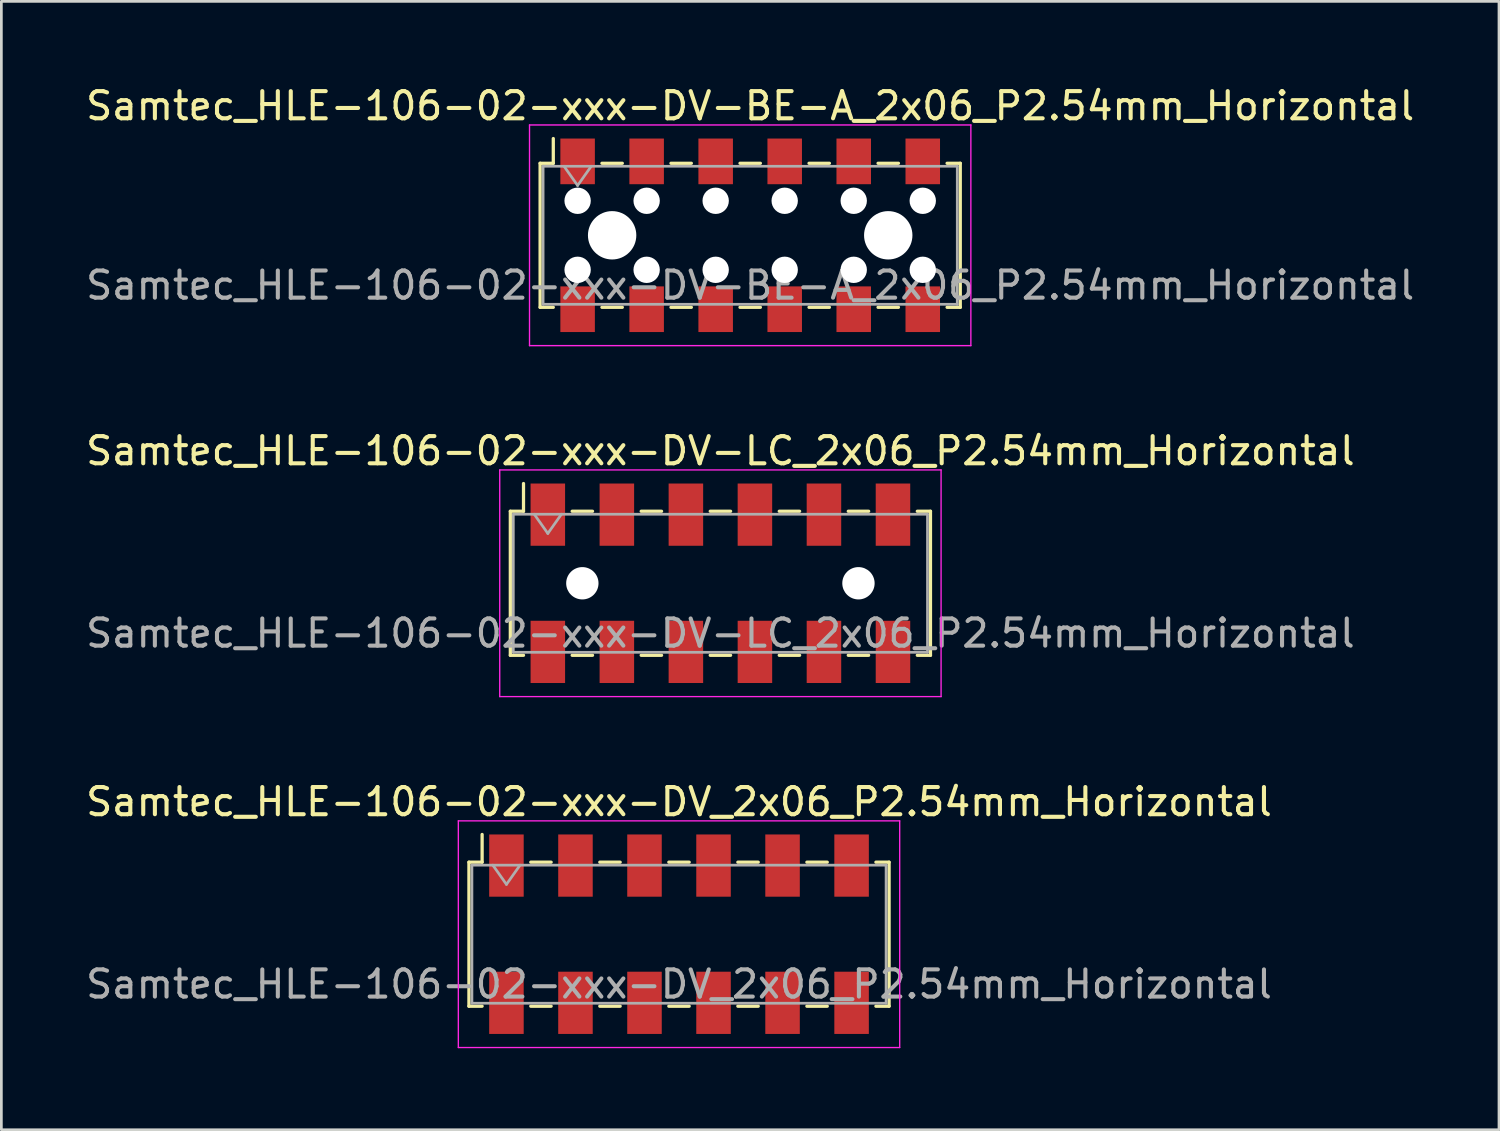
<source format=kicad_pcb>
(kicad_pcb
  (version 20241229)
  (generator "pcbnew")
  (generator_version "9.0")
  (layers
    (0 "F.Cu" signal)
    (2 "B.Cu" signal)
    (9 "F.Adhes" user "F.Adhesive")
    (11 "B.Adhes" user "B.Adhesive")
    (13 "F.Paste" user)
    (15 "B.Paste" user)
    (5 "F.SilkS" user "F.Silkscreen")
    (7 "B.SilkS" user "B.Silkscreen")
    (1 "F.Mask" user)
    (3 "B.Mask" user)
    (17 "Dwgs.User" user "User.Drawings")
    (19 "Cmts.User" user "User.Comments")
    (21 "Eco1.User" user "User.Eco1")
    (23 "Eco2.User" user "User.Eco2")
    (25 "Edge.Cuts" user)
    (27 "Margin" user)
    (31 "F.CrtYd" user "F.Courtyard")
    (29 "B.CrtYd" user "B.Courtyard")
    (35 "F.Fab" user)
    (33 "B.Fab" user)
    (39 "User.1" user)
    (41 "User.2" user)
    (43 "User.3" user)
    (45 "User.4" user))
  (footprint "Samtec_HLE-106-02-xxx-DV-LC_2x06_P2.54mm_Horizontal"
    (layer "F.Cu")
    (at 23.458 18.412)
    (property "Reference" "Samtec_HLE-106-02-xxx-DV-LC_2x06_P2.54mm_Horizontal" (at 0 -4.87 0) (layer "F.SilkS") (effects (font (size 1 1) (thickness 0.15))))
    (attr smd)
    (fp_line (start -7.73 -2.65) (end -7.73 2.65) (stroke (width 0.12) (type solid)) (layer "F.SilkS"))
    (fp_line (start -7.73 2.65) (end -7.245 2.65) (stroke (width 0.12) (type solid)) (layer "F.SilkS"))
    (fp_line (start -7.245 -3.67) (end -7.245 -2.65) (stroke (width 0.12) (type solid)) (layer "F.SilkS"))
    (fp_line (start -7.245 -2.65) (end -7.73 -2.65) (stroke (width 0.12) (type solid)) (layer "F.SilkS"))
    (fp_line (start -5.455 -2.65) (end -4.705 -2.65) (stroke (width 0.12) (type solid)) (layer "F.SilkS"))
    (fp_line (start -5.455 2.65) (end -4.705 2.65) (stroke (width 0.12) (type solid)) (layer "F.SilkS"))
    (fp_line (start -2.915 -2.65) (end -2.165 -2.65) (stroke (width 0.12) (type solid)) (layer "F.SilkS"))
    (fp_line (start -2.915 2.65) (end -2.165 2.65) (stroke (width 0.12) (type solid)) (layer "F.SilkS"))
    (fp_line (start -0.375 -2.65) (end 0.375 -2.65) (stroke (width 0.12) (type solid)) (layer "F.SilkS"))
    (fp_line (start -0.375 2.65) (end 0.375 2.65) (stroke (width 0.12) (type solid)) (layer "F.SilkS"))
    (fp_line (start 2.165 -2.65) (end 2.915 -2.65) (stroke (width 0.12) (type solid)) (layer "F.SilkS"))
    (fp_line (start 2.165 2.65) (end 2.915 2.65) (stroke (width 0.12) (type solid)) (layer "F.SilkS"))
    (fp_line (start 4.705 -2.65) (end 5.455 -2.65) (stroke (width 0.12) (type solid)) (layer "F.SilkS"))
    (fp_line (start 4.705 2.65) (end 5.455 2.65) (stroke (width 0.12) (type solid)) (layer "F.SilkS"))
    (fp_line (start 7.245 -2.65) (end 7.73 -2.65) (stroke (width 0.12) (type solid)) (layer "F.SilkS"))
    (fp_line (start 7.73 -2.65) (end 7.73 2.65) (stroke (width 0.12) (type solid)) (layer "F.SilkS"))
    (fp_line (start 7.73 2.65) (end 7.245 2.65) (stroke (width 0.12) (type solid)) (layer "F.SilkS"))
    (fp_line (start -8.12 -4.17) (end 8.12 -4.17) (stroke (width 0.05) (type solid)) (layer "F.CrtYd"))
    (fp_line (start -8.12 4.17) (end -8.12 -4.17) (stroke (width 0.05) (type solid)) (layer "F.CrtYd"))
    (fp_line (start 8.12 -4.17) (end 8.12 4.17) (stroke (width 0.05) (type solid)) (layer "F.CrtYd"))
    (fp_line (start 8.12 4.17) (end -8.12 4.17) (stroke (width 0.05) (type solid)) (layer "F.CrtYd"))
    (fp_line (start -7.62 -2.54) (end 7.62 -2.54) (stroke (width 0.1) (type solid)) (layer "F.Fab"))
    (fp_line (start -7.62 2.54) (end -7.62 -2.54) (stroke (width 0.1) (type solid)) (layer "F.Fab"))
    (fp_line (start -6.85 -2.54) (end -6.35 -1.833) (stroke (width 0.1) (type solid)) (layer "F.Fab"))
    (fp_line (start -6.35 -1.833) (end -5.85 -2.54) (stroke (width 0.1) (type solid)) (layer "F.Fab"))
    (fp_line (start 7.62 -2.54) (end 7.62 2.54) (stroke (width 0.1) (type solid)) (layer "F.Fab"))
    (fp_line (start 7.62 2.54) (end -7.62 2.54) (stroke (width 0.1) (type solid)) (layer "F.Fab"))
    (fp_text user "${REFERENCE}" (at 0 1.84 0) (layer "F.Fab") (effects (font (size 1 1) (thickness 0.15))))
    (pad "" np_thru_hole circle (at -5.08 0) (size 1.19 1.19) (drill 1.19) (layers "*.Cu" "*.Mask"))
    (pad "" np_thru_hole circle (at 5.08 0) (size 1.19 1.19) (drill 1.19) (layers "*.Cu" "*.Mask"))
    (pad "1" smd rect (at -6.35 -2.525) (size 1.27 2.29) (layers "F.Cu" "F.Mask" "F.Paste"))
    (pad "2" smd rect (at -6.35 2.525) (size 1.27 2.29) (layers "F.Cu" "F.Mask" "F.Paste"))
    (pad "3" smd rect (at -3.81 -2.525) (size 1.27 2.29) (layers "F.Cu" "F.Mask" "F.Paste"))
    (pad "4" smd rect (at -3.81 2.525) (size 1.27 2.29) (layers "F.Cu" "F.Mask" "F.Paste"))
    (pad "5" smd rect (at -1.27 -2.525) (size 1.27 2.29) (layers "F.Cu" "F.Mask" "F.Paste"))
    (pad "6" smd rect (at -1.27 2.525) (size 1.27 2.29) (layers "F.Cu" "F.Mask" "F.Paste"))
    (pad "7" smd rect (at 1.27 -2.525) (size 1.27 2.29) (layers "F.Cu" "F.Mask" "F.Paste"))
    (pad "8" smd rect (at 1.27 2.525) (size 1.27 2.29) (layers "F.Cu" "F.Mask" "F.Paste"))
    (pad "9" smd rect (at 3.81 -2.525) (size 1.27 2.29) (layers "F.Cu" "F.Mask" "F.Paste"))
    (pad "10" smd rect (at 3.81 2.525) (size 1.27 2.29) (layers "F.Cu" "F.Mask" "F.Paste"))
    (pad "11" smd rect (at 6.35 -2.525) (size 1.27 2.29) (layers "F.Cu" "F.Mask" "F.Paste"))
    (pad "12" smd rect (at 6.35 2.525) (size 1.27 2.29) (layers "F.Cu" "F.Mask" "F.Paste")))
  (footprint "Samtec_HLE-106-02-xxx-DV-BE-A_2x06_P2.54mm_Horizontal"
    (layer "F.Cu")
    (at 24.554 5.608)
    (property "Reference" "Samtec_HLE-106-02-xxx-DV-BE-A_2x06_P2.54mm_Horizontal" (at 0 -4.76 0) (layer "F.SilkS") (effects (font (size 1 1) (thickness 0.15))))
    (attr smd)
    (fp_line (start -7.73 -2.65) (end -7.73 2.65) (stroke (width 0.12) (type solid)) (layer "F.SilkS"))
    (fp_line (start -7.73 2.65) (end -7.245 2.65) (stroke (width 0.12) (type solid)) (layer "F.SilkS"))
    (fp_line (start -7.245 -3.56) (end -7.245 -2.65) (stroke (width 0.12) (type solid)) (layer "F.SilkS"))
    (fp_line (start -7.245 -2.65) (end -7.73 -2.65) (stroke (width 0.12) (type solid)) (layer "F.SilkS"))
    (fp_line (start -5.455 -2.65) (end -4.705 -2.65) (stroke (width 0.12) (type solid)) (layer "F.SilkS"))
    (fp_line (start -5.455 2.65) (end -4.705 2.65) (stroke (width 0.12) (type solid)) (layer "F.SilkS"))
    (fp_line (start -2.915 -2.65) (end -2.165 -2.65) (stroke (width 0.12) (type solid)) (layer "F.SilkS"))
    (fp_line (start -2.915 2.65) (end -2.165 2.65) (stroke (width 0.12) (type solid)) (layer "F.SilkS"))
    (fp_line (start -0.375 -2.65) (end 0.375 -2.65) (stroke (width 0.12) (type solid)) (layer "F.SilkS"))
    (fp_line (start -0.375 2.65) (end 0.375 2.65) (stroke (width 0.12) (type solid)) (layer "F.SilkS"))
    (fp_line (start 2.165 -2.65) (end 2.915 -2.65) (stroke (width 0.12) (type solid)) (layer "F.SilkS"))
    (fp_line (start 2.165 2.65) (end 2.915 2.65) (stroke (width 0.12) (type solid)) (layer "F.SilkS"))
    (fp_line (start 4.705 -2.65) (end 5.455 -2.65) (stroke (width 0.12) (type solid)) (layer "F.SilkS"))
    (fp_line (start 4.705 2.65) (end 5.455 2.65) (stroke (width 0.12) (type solid)) (layer "F.SilkS"))
    (fp_line (start 7.245 -2.65) (end 7.73 -2.65) (stroke (width 0.12) (type solid)) (layer "F.SilkS"))
    (fp_line (start 7.73 -2.65) (end 7.73 2.65) (stroke (width 0.12) (type solid)) (layer "F.SilkS"))
    (fp_line (start 7.73 2.65) (end 7.245 2.65) (stroke (width 0.12) (type solid)) (layer "F.SilkS"))
    (fp_line (start -8.12 -4.06) (end 8.12 -4.06) (stroke (width 0.05) (type solid)) (layer "F.CrtYd"))
    (fp_line (start -8.12 4.06) (end -8.12 -4.06) (stroke (width 0.05) (type solid)) (layer "F.CrtYd"))
    (fp_line (start 8.12 -4.06) (end 8.12 4.06) (stroke (width 0.05) (type solid)) (layer "F.CrtYd"))
    (fp_line (start 8.12 4.06) (end -8.12 4.06) (stroke (width 0.05) (type solid)) (layer "F.CrtYd"))
    (fp_line (start -7.62 -2.54) (end 7.62 -2.54) (stroke (width 0.1) (type solid)) (layer "F.Fab"))
    (fp_line (start -7.62 2.54) (end -7.62 -2.54) (stroke (width 0.1) (type solid)) (layer "F.Fab"))
    (fp_line (start -6.85 -2.54) (end -6.35 -1.833) (stroke (width 0.1) (type solid)) (layer "F.Fab"))
    (fp_line (start -6.35 -1.833) (end -5.85 -2.54) (stroke (width 0.1) (type solid)) (layer "F.Fab"))
    (fp_line (start 7.62 -2.54) (end 7.62 2.54) (stroke (width 0.1) (type solid)) (layer "F.Fab"))
    (fp_line (start 7.62 2.54) (end -7.62 2.54) (stroke (width 0.1) (type solid)) (layer "F.Fab"))
    (fp_text user "${REFERENCE}" (at 0 1.84 0) (layer "F.Fab") (effects (font (size 1 1) (thickness 0.15))))
    (pad "" np_thru_hole circle (at -6.35 -1.27) (size 0.97 0.97) (drill 0.97) (layers "*.Cu" "*.Mask"))
    (pad "" np_thru_hole circle (at -6.35 1.27) (size 0.97 0.97) (drill 0.97) (layers "*.Cu" "*.Mask"))
    (pad "" np_thru_hole circle (at -5.08 0) (size 1.78 1.78) (drill 1.78) (layers "*.Cu" "*.Mask"))
    (pad "" np_thru_hole circle (at -3.81 -1.27) (size 0.97 0.97) (drill 0.97) (layers "*.Cu" "*.Mask"))
    (pad "" np_thru_hole circle (at -3.81 1.27) (size 0.97 0.97) (drill 0.97) (layers "*.Cu" "*.Mask"))
    (pad "" np_thru_hole circle (at -1.27 -1.27) (size 0.97 0.97) (drill 0.97) (layers "*.Cu" "*.Mask"))
    (pad "" np_thru_hole circle (at -1.27 1.27) (size 0.97 0.97) (drill 0.97) (layers "*.Cu" "*.Mask"))
    (pad "" np_thru_hole circle (at 1.27 -1.27) (size 0.97 0.97) (drill 0.97) (layers "*.Cu" "*.Mask"))
    (pad "" np_thru_hole circle (at 1.27 1.27) (size 0.97 0.97) (drill 0.97) (layers "*.Cu" "*.Mask"))
    (pad "" np_thru_hole circle (at 3.81 -1.27) (size 0.97 0.97) (drill 0.97) (layers "*.Cu" "*.Mask"))
    (pad "" np_thru_hole circle (at 3.81 1.27) (size 0.97 0.97) (drill 0.97) (layers "*.Cu" "*.Mask"))
    (pad "" np_thru_hole circle (at 5.08 0) (size 1.78 1.78) (drill 1.78) (layers "*.Cu" "*.Mask"))
    (pad "" np_thru_hole circle (at 6.35 -1.27) (size 0.97 0.97) (drill 0.97) (layers "*.Cu" "*.Mask"))
    (pad "" np_thru_hole circle (at 6.35 1.27) (size 0.97 0.97) (drill 0.97) (layers "*.Cu" "*.Mask"))
    (pad "1" smd rect (at -6.35 -2.72) (size 1.27 1.68) (layers "F.Cu" "F.Mask" "F.Paste"))
    (pad "2" smd rect (at -6.35 2.72) (size 1.27 1.68) (layers "F.Cu" "F.Mask" "F.Paste"))
    (pad "3" smd rect (at -3.81 -2.72) (size 1.27 1.68) (layers "F.Cu" "F.Mask" "F.Paste"))
    (pad "4" smd rect (at -3.81 2.72) (size 1.27 1.68) (layers "F.Cu" "F.Mask" "F.Paste"))
    (pad "5" smd rect (at -1.27 -2.72) (size 1.27 1.68) (layers "F.Cu" "F.Mask" "F.Paste"))
    (pad "6" smd rect (at -1.27 2.72) (size 1.27 1.68) (layers "F.Cu" "F.Mask" "F.Paste"))
    (pad "7" smd rect (at 1.27 -2.72) (size 1.27 1.68) (layers "F.Cu" "F.Mask" "F.Paste"))
    (pad "8" smd rect (at 1.27 2.72) (size 1.27 1.68) (layers "F.Cu" "F.Mask" "F.Paste"))
    (pad "9" smd rect (at 3.81 -2.72) (size 1.27 1.68) (layers "F.Cu" "F.Mask" "F.Paste"))
    (pad "10" smd rect (at 3.81 2.72) (size 1.27 1.68) (layers "F.Cu" "F.Mask" "F.Paste"))
    (pad "11" smd rect (at 6.35 -2.72) (size 1.27 1.68) (layers "F.Cu" "F.Mask" "F.Paste"))
    (pad "12" smd rect (at 6.35 2.72) (size 1.27 1.68) (layers "F.Cu" "F.Mask" "F.Paste")))
  (footprint "Samtec_HLE-106-02-xxx-DV_2x06_P2.54mm_Horizontal"
    (layer "F.Cu")
    (at 21.935 31.325)
    (property "Reference" "Samtec_HLE-106-02-xxx-DV_2x06_P2.54mm_Horizontal" (at 0 -4.87 0) (layer "F.SilkS") (effects (font (size 1 1) (thickness 0.15))))
    (attr smd)
    (fp_line (start -7.73 -2.65) (end -7.73 2.65) (stroke (width 0.12) (type solid)) (layer "F.SilkS"))
    (fp_line (start -7.73 2.65) (end -7.245 2.65) (stroke (width 0.12) (type solid)) (layer "F.SilkS"))
    (fp_line (start -7.245 -3.67) (end -7.245 -2.65) (stroke (width 0.12) (type solid)) (layer "F.SilkS"))
    (fp_line (start -7.245 -2.65) (end -7.73 -2.65) (stroke (width 0.12) (type solid)) (layer "F.SilkS"))
    (fp_line (start -5.455 -2.65) (end -4.705 -2.65) (stroke (width 0.12) (type solid)) (layer "F.SilkS"))
    (fp_line (start -5.455 2.65) (end -4.705 2.65) (stroke (width 0.12) (type solid)) (layer "F.SilkS"))
    (fp_line (start -2.915 -2.65) (end -2.165 -2.65) (stroke (width 0.12) (type solid)) (layer "F.SilkS"))
    (fp_line (start -2.915 2.65) (end -2.165 2.65) (stroke (width 0.12) (type solid)) (layer "F.SilkS"))
    (fp_line (start -0.375 -2.65) (end 0.375 -2.65) (stroke (width 0.12) (type solid)) (layer "F.SilkS"))
    (fp_line (start -0.375 2.65) (end 0.375 2.65) (stroke (width 0.12) (type solid)) (layer "F.SilkS"))
    (fp_line (start 2.165 -2.65) (end 2.915 -2.65) (stroke (width 0.12) (type solid)) (layer "F.SilkS"))
    (fp_line (start 2.165 2.65) (end 2.915 2.65) (stroke (width 0.12) (type solid)) (layer "F.SilkS"))
    (fp_line (start 4.705 -2.65) (end 5.455 -2.65) (stroke (width 0.12) (type solid)) (layer "F.SilkS"))
    (fp_line (start 4.705 2.65) (end 5.455 2.65) (stroke (width 0.12) (type solid)) (layer "F.SilkS"))
    (fp_line (start 7.245 -2.65) (end 7.73 -2.65) (stroke (width 0.12) (type solid)) (layer "F.SilkS"))
    (fp_line (start 7.73 -2.65) (end 7.73 2.65) (stroke (width 0.12) (type solid)) (layer "F.SilkS"))
    (fp_line (start 7.73 2.65) (end 7.245 2.65) (stroke (width 0.12) (type solid)) (layer "F.SilkS"))
    (fp_line (start -8.12 -4.17) (end 8.12 -4.17) (stroke (width 0.05) (type solid)) (layer "F.CrtYd"))
    (fp_line (start -8.12 4.17) (end -8.12 -4.17) (stroke (width 0.05) (type solid)) (layer "F.CrtYd"))
    (fp_line (start 8.12 -4.17) (end 8.12 4.17) (stroke (width 0.05) (type solid)) (layer "F.CrtYd"))
    (fp_line (start 8.12 4.17) (end -8.12 4.17) (stroke (width 0.05) (type solid)) (layer "F.CrtYd"))
    (fp_line (start -7.62 -2.54) (end 7.62 -2.54) (stroke (width 0.1) (type solid)) (layer "F.Fab"))
    (fp_line (start -7.62 2.54) (end -7.62 -2.54) (stroke (width 0.1) (type solid)) (layer "F.Fab"))
    (fp_line (start -6.85 -2.54) (end -6.35 -1.833) (stroke (width 0.1) (type solid)) (layer "F.Fab"))
    (fp_line (start -6.35 -1.833) (end -5.85 -2.54) (stroke (width 0.1) (type solid)) (layer "F.Fab"))
    (fp_line (start 7.62 -2.54) (end 7.62 2.54) (stroke (width 0.1) (type solid)) (layer "F.Fab"))
    (fp_line (start 7.62 2.54) (end -7.62 2.54) (stroke (width 0.1) (type solid)) (layer "F.Fab"))
    (fp_text user "${REFERENCE}" (at 0 1.84 0) (layer "F.Fab") (effects (font (size 1 1) (thickness 0.15))))
    (pad "1" smd rect (at -6.35 -2.525) (size 1.27 2.29) (layers "F.Cu" "F.Mask" "F.Paste"))
    (pad "2" smd rect (at -6.35 2.525) (size 1.27 2.29) (layers "F.Cu" "F.Mask" "F.Paste"))
    (pad "3" smd rect (at -3.81 -2.525) (size 1.27 2.29) (layers "F.Cu" "F.Mask" "F.Paste"))
    (pad "4" smd rect (at -3.81 2.525) (size 1.27 2.29) (layers "F.Cu" "F.Mask" "F.Paste"))
    (pad "5" smd rect (at -1.27 -2.525) (size 1.27 2.29) (layers "F.Cu" "F.Mask" "F.Paste"))
    (pad "6" smd rect (at -1.27 2.525) (size 1.27 2.29) (layers "F.Cu" "F.Mask" "F.Paste"))
    (pad "7" smd rect (at 1.27 -2.525) (size 1.27 2.29) (layers "F.Cu" "F.Mask" "F.Paste"))
    (pad "8" smd rect (at 1.27 2.525) (size 1.27 2.29) (layers "F.Cu" "F.Mask" "F.Paste"))
    (pad "9" smd rect (at 3.81 -2.525) (size 1.27 2.29) (layers "F.Cu" "F.Mask" "F.Paste"))
    (pad "10" smd rect (at 3.81 2.525) (size 1.27 2.29) (layers "F.Cu" "F.Mask" "F.Paste"))
    (pad "11" smd rect (at 6.35 -2.525) (size 1.27 2.29) (layers "F.Cu" "F.Mask" "F.Paste"))
    (pad "12" smd rect (at 6.35 2.525) (size 1.27 2.29) (layers "F.Cu" "F.Mask" "F.Paste")))
  (gr_rect
    (start -3 -3)
    (end 52.107 38.52)
    (stroke (width 0.1) (type default))
    (fill no)
    (layer "Edge.Cuts")))
</source>
